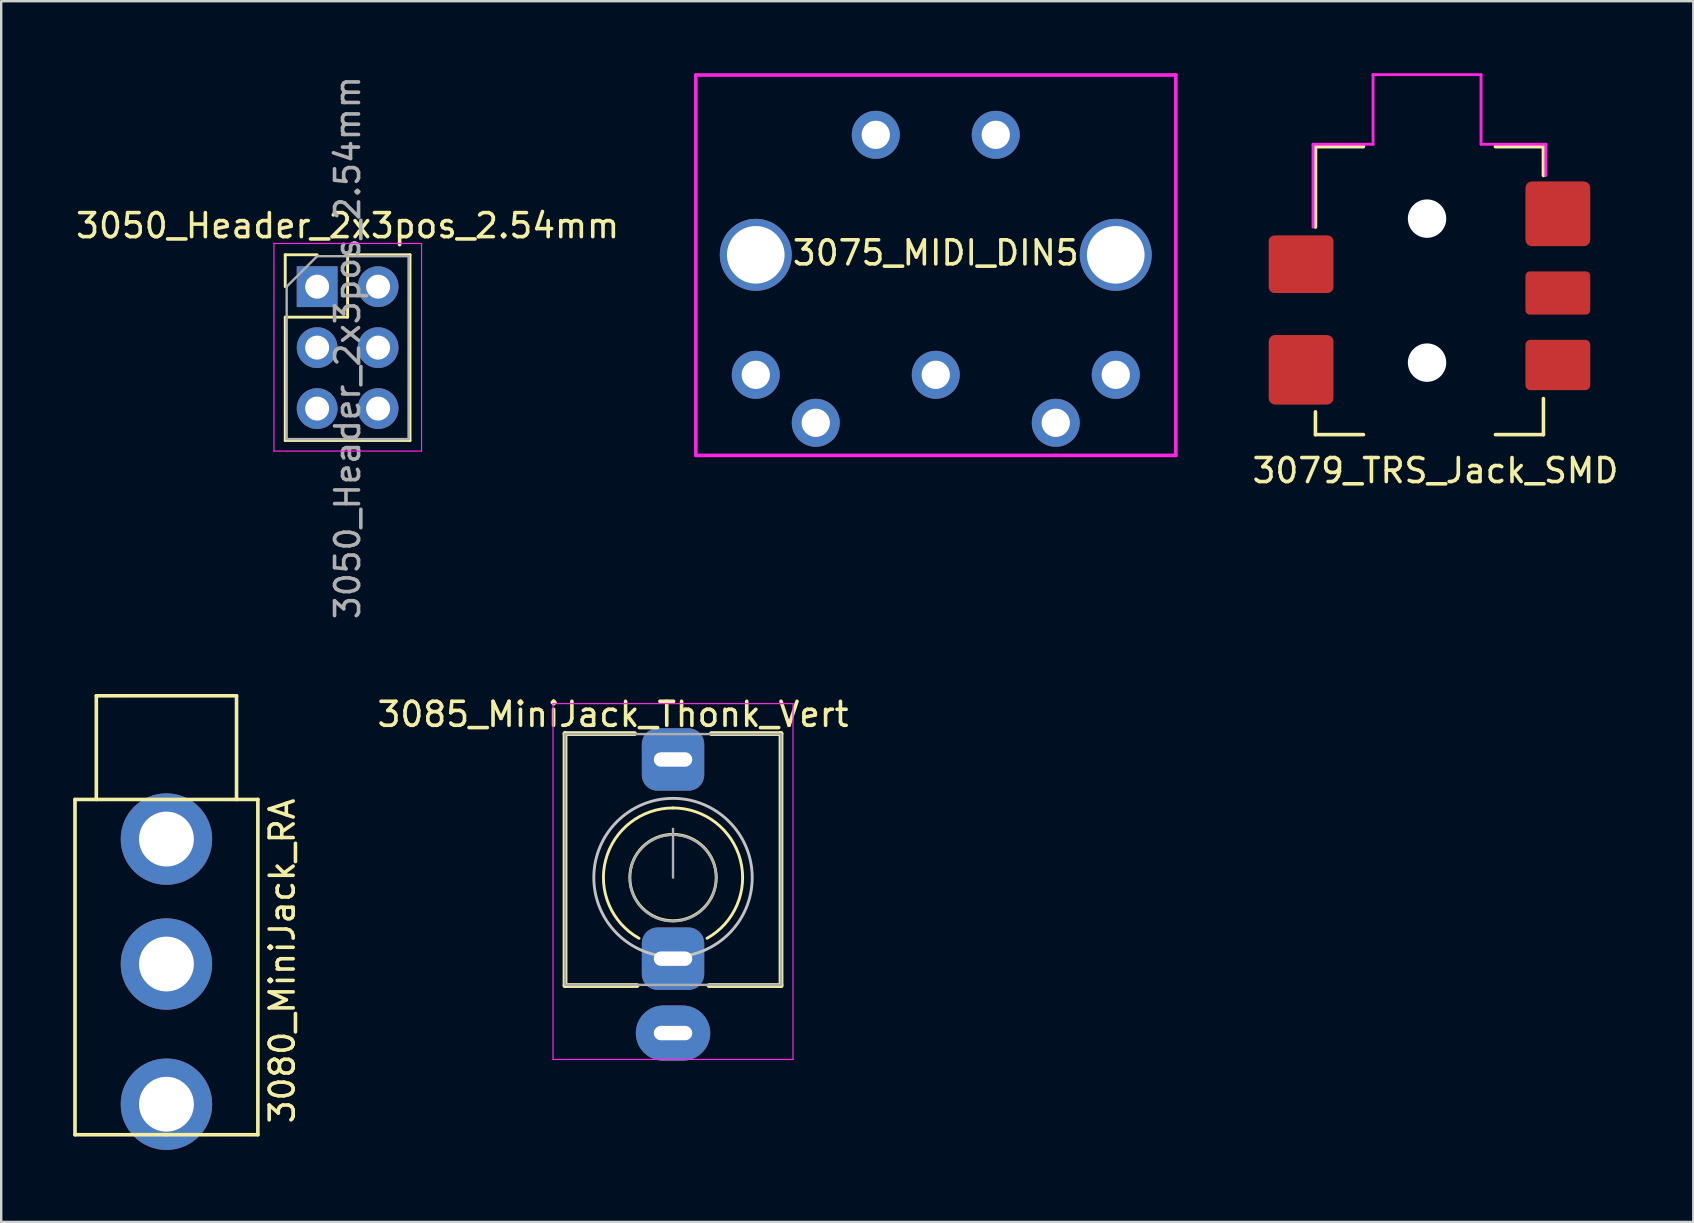
<source format=kicad_pcb>
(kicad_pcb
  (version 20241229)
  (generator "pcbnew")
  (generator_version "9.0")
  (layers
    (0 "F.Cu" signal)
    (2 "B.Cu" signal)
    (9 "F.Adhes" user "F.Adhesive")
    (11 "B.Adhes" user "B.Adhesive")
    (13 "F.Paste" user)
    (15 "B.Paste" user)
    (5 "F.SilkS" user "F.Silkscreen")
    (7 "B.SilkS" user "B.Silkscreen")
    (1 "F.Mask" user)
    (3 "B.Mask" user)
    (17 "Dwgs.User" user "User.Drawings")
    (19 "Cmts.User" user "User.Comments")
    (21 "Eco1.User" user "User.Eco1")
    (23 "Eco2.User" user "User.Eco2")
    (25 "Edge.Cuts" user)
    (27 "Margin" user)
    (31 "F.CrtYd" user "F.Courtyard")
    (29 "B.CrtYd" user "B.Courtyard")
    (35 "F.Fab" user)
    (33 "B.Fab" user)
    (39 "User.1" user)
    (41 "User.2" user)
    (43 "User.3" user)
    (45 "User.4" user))
  (footprint "3080_MiniJack_RA"
    (layer "F.Cu")
    (at 3.885 44.232)
    (property "Reference" "3080_MiniJack_RA" (at 4.826 -7.239 90) (layer "F.SilkS") (effects (font (size 1 1) (thickness 0.15))))
    (attr through_hole)
    (fp_line (start -3.81 -13.97) (end -3.81 0) (stroke (width 0.15) (type solid)) (layer "F.SilkS"))
    (fp_line (start -3.81 0) (end 0 0) (stroke (width 0.15) (type solid)) (layer "F.SilkS"))
    (fp_line (start -2.921 -18.288) (end -2.921 -13.97) (stroke (width 0.15) (type solid)) (layer "F.SilkS"))
    (fp_line (start 0 0) (end 3.81 0) (stroke (width 0.15) (type solid)) (layer "F.SilkS"))
    (fp_line (start 2.921 -18.288) (end -2.921 -18.288) (stroke (width 0.15) (type solid)) (layer "F.SilkS"))
    (fp_line (start 2.921 -13.97) (end 2.921 -18.288) (stroke (width 0.15) (type solid)) (layer "F.SilkS"))
    (fp_line (start 3.81 -13.97) (end -3.81 -13.97) (stroke (width 0.15) (type solid)) (layer "F.SilkS"))
    (fp_line (start 3.81 0) (end 3.81 -13.97) (stroke (width 0.15) (type solid)) (layer "F.SilkS"))
    (pad "1" thru_hole circle (at 0 -12.319) (size 3.81 3.81) (drill 2.286) (layers "*.Cu" "*.Mask"))
    (pad "2" thru_hole circle (at 0 -7.112) (size 3.81 3.81) (drill 2.286) (layers "*.Cu" "*.Mask"))
    (pad "3" thru_hole circle (at 0 -1.27) (size 3.81 3.81) (drill 2.286) (layers "*.Cu" "*.Mask")))
  (footprint "3075_MIDI_DIN5"
    (layer "F.Cu")
    (at 35.944 2.575)
    (property "Reference" "3075_MIDI_DIN5" (at -0.002 4.913 180) (layer "F.SilkS") (effects (font (size 1 1) (thickness 0.15))))
    (attr through_hole)
    (fp_line (start -10 -2.5) (end 10 -2.5) (stroke (width 0.15) (type solid)) (layer "F.CrtYd"))
    (fp_line (start -10 13.35) (end -10 -2.5) (stroke (width 0.15) (type solid)) (layer "F.CrtYd"))
    (fp_line (start 5 13.35) (end -10 13.35) (stroke (width 0.15) (type solid)) (layer "F.CrtYd"))
    (fp_line (start 10 -2.5) (end 10 13.35) (stroke (width 0.15) (type solid)) (layer "F.CrtYd"))
    (fp_line (start 10 13.35) (end 5 13.35) (stroke (width 0.15) (type solid)) (layer "F.CrtYd"))
    (pad "" np_thru_hole circle (at -7.502 4.993 180) (size 3 3) (drill 2.4) (layers "*.Cu" "*.Mask"))
    (pad "" thru_hole circle (at -2.502 -0.007 180) (size 2 2) (drill 1.181) (layers "*.Cu" "*.Mask"))
    (pad "" thru_hole circle (at 2.498 -0.007 180) (size 2 2) (drill 1.181) (layers "*.Cu" "*.Mask"))
    (pad "" np_thru_hole circle (at 7.498 4.993 180) (size 3 3) (drill 2.4) (layers "*.Cu" "*.Mask"))
    (pad "1" thru_hole circle (at -7.502 9.993 180) (size 2 2) (drill 1.181) (layers "*.Cu" "*.Mask"))
    (pad "2" thru_hole circle (at -0.002 9.993 180) (size 2 2) (drill 1.181) (layers "*.Cu" "*.Mask"))
    (pad "3" thru_hole circle (at 7.498 9.993 180) (size 2 2) (drill 1.181) (layers "*.Cu" "*.Mask"))
    (pad "4" thru_hole circle (at -5.002 11.993 180) (size 2 2) (drill 1.181) (layers "*.Cu" "*.Mask"))
    (pad "5" thru_hole circle (at 4.998 11.993 180) (size 2 2) (drill 1.181) (layers "*.Cu" "*.Mask")))
  (footprint "3050_Header_2x3pos_2.54mm"
    (layer "F.Cu")
    (at 10.165 8.895)
    (property "Reference" "3050_Header_2x3pos_2.54mm" (at 1.27 -2.54 0) (layer "F.SilkS") (effects (font (size 1 1) (thickness 0.15))))
    (attr through_hole)
    (fp_line (start -1.33 -1.33) (end 0 -1.33) (stroke (width 0.12) (type solid)) (layer "F.SilkS"))
    (fp_line (start -1.33 0) (end -1.33 -1.33) (stroke (width 0.12) (type solid)) (layer "F.SilkS"))
    (fp_line (start -1.33 1.27) (end -1.33 6.41) (stroke (width 0.12) (type solid)) (layer "F.SilkS"))
    (fp_line (start -1.33 1.27) (end 1.27 1.27) (stroke (width 0.12) (type solid)) (layer "F.SilkS"))
    (fp_line (start -1.33 6.41) (end 3.87 6.41) (stroke (width 0.12) (type solid)) (layer "F.SilkS"))
    (fp_line (start 1.27 -1.33) (end 3.87 -1.33) (stroke (width 0.12) (type solid)) (layer "F.SilkS"))
    (fp_line (start 1.27 1.27) (end 1.27 -1.33) (stroke (width 0.12) (type solid)) (layer "F.SilkS"))
    (fp_line (start 3.87 -1.33) (end 3.87 6.41) (stroke (width 0.12) (type solid)) (layer "F.SilkS"))
    (fp_line (start -1.8 -1.8) (end -1.8 6.85) (stroke (width 0.05) (type solid)) (layer "F.CrtYd"))
    (fp_line (start -1.8 6.85) (end 4.35 6.85) (stroke (width 0.05) (type solid)) (layer "F.CrtYd"))
    (fp_line (start 4.35 -1.8) (end -1.8 -1.8) (stroke (width 0.05) (type solid)) (layer "F.CrtYd"))
    (fp_line (start 4.35 6.85) (end 4.35 -1.8) (stroke (width 0.05) (type solid)) (layer "F.CrtYd"))
    (fp_line (start -1.27 0) (end 0 -1.27) (stroke (width 0.1) (type solid)) (layer "F.Fab"))
    (fp_line (start -1.27 6.35) (end -1.27 0) (stroke (width 0.1) (type solid)) (layer "F.Fab"))
    (fp_line (start 0 -1.27) (end 3.81 -1.27) (stroke (width 0.1) (type solid)) (layer "F.Fab"))
    (fp_line (start 3.81 -1.27) (end 3.81 6.35) (stroke (width 0.1) (type solid)) (layer "F.Fab"))
    (fp_line (start 3.81 6.35) (end -1.27 6.35) (stroke (width 0.1) (type solid)) (layer "F.Fab"))
    (fp_text user "${REFERENCE}" (at 1.27 2.54 90) (layer "F.Fab") (effects (font (size 1 1) (thickness 0.15))))
    (pad "1" thru_hole rect (at 0 0) (size 1.7 1.7) (drill 1) (layers "*.Cu" "*.Mask"))
    (pad "2" thru_hole oval (at 2.54 0) (size 1.7 1.7) (drill 1) (layers "*.Cu" "*.Mask"))
    (pad "3" thru_hole oval (at 0 2.54) (size 1.7 1.7) (drill 1) (layers "*.Cu" "*.Mask"))
    (pad "4" thru_hole oval (at 2.54 2.54) (size 1.7 1.7) (drill 1) (layers "*.Cu" "*.Mask"))
    (pad "5" thru_hole oval (at 0 5.08) (size 1.7 1.7) (drill 1) (layers "*.Cu" "*.Mask"))
    (pad "6" thru_hole oval (at 2.54 5.08) (size 1.7 1.7) (drill 1) (layers "*.Cu" "*.Mask")))
  (footprint "3085_MiniJack_Thonk_Vert"
    (layer "F.Cu")
    (at 24.994 33.517)
    (property "Reference" "3085_MiniJack_Thonk_Vert" (at -2.5 -6.8 0) (layer "F.SilkS") (effects (font (size 1 1) (thickness 0.15))))
    (attr through_hole)
    (fp_line (start -4.5 -6) (end -1.6 -6) (stroke (width 0.2) (type solid)) (layer "F.SilkS"))
    (fp_line (start -4.5 4.5) (end -4.5 -6) (stroke (width 0.2) (type solid)) (layer "F.SilkS"))
    (fp_line (start -4.5 4.5) (end -1.5 4.5) (stroke (width 0.2) (type solid)) (layer "F.SilkS"))
    (fp_line (start 1.5 4.5) (end 4.5 4.5) (stroke (width 0.2) (type solid)) (layer "F.SilkS"))
    (fp_line (start 1.6 -6) (end 4.5 -6) (stroke (width 0.2) (type solid)) (layer "F.SilkS"))
    (fp_line (start 4.5 4.5) (end 4.5 -6) (stroke (width 0.2) (type solid)) (layer "F.SilkS"))
    (fp_arc (start -1.41695 2.530267) (mid -2.806045 -0.732197) (end 0 -2.9) (stroke (width 0.12) (type solid)) (layer "F.SilkS"))
    (fp_arc (start 0 -2.9) (mid 2.806045 -0.732197) (end 1.41695 2.530267) (stroke (width 0.12) (type solid)) (layer "F.SilkS"))
    (fp_circle (center 0 0) (end -1.8 0) (stroke (width 0.12) (type solid)) (fill no) (layer "F.SilkS"))
    (fp_circle (center 0 0) (end 3.3 0) (stroke (width 0.12) (type solid)) (fill no) (layer "Dwgs.User"))
    (fp_line (start -5 -7.25) (end -5 7.58) (stroke (width 0.05) (type solid)) (layer "F.CrtYd"))
    (fp_line (start -5 -7.25) (end 5 -7.25) (stroke (width 0.05) (type solid)) (layer "F.CrtYd"))
    (fp_line (start -5 7.58) (end 5 7.58) (stroke (width 0.05) (type solid)) (layer "F.CrtYd"))
    (fp_line (start 5 -7.25) (end 5 7.58) (stroke (width 0.05) (type solid)) (layer "F.CrtYd"))
    (fp_line (start -4.5 -5.98) (end -4.5 4.42) (stroke (width 0.1) (type solid)) (layer "F.Fab"))
    (fp_line (start -4.5 -5.98) (end 4.5 -5.98) (stroke (width 0.1) (type solid)) (layer "F.Fab"))
    (fp_line (start -4.5 4.47) (end 4.5 4.47) (stroke (width 0.1) (type solid)) (layer "F.Fab"))
    (fp_line (start 0 0) (end 0 -2.03) (stroke (width 0.1) (type solid)) (layer "F.Fab"))
    (fp_line (start 4.5 -5.98) (end 4.5 4.42) (stroke (width 0.1) (type solid)) (layer "F.Fab"))
    (fp_circle (center 0 0.02) (end -1.8 0.02) (stroke (width 0.1) (type solid)) (fill no) (layer "F.Fab"))
    (pad "S" thru_hole oval (at 0 6.48) (size 3.1 2.3) (drill oval 1.6 0.6) (layers "*.Cu" "*.Mask"))
    (pad "T" thru_hole roundrect (at 0 -4.92) (size 2.6 2.6) (drill oval 1.6 0.6) (layers "*.Cu" "*.Mask") (roundrect_rratio 0.25))
    (pad "TN" thru_hole roundrect (at 0 3.38) (size 2.6 2.6) (drill oval 1.6 0.6) (layers "*.Cu" "*.Mask") (roundrect_rratio 0.25))
    (zone (net_name "") (layers "F.Cu" "B.Cu") (name "Jack_tip") (hatch edge 0.508) (connect_pads) (min_thickness 0.254) (filled_areas_thickness no) (keepout (tracks not_allowed) (vias not_allowed) (pads not_allowed) (copperpour not_allowed) (footprints not_allowed)) (placement (enabled no)) (fill) (polygon (pts (xy 26.594 35.117) (xy 23.394 35.117) (xy 23.394 31.917) (xy 26.594 31.917)))))
  (footprint "3079_TRS_Jack_SMD"
    (layer "F.Cu")
    (at 51.763 15.06)
    (property "Reference" "3079_TRS_Jack_SMD" (at 5 1.5 0) (layer "F.SilkS") (effects (font (size 1 1) (thickness 0.15))))
    (attr through_hole)
    (fp_line (start 0 -12) (end 0 -8.65) (stroke (width 0.15) (type solid)) (layer "F.SilkS"))
    (fp_line (start 0 -12) (end 2 -12) (stroke (width 0.15) (type solid)) (layer "F.SilkS"))
    (fp_line (start 0 0) (end 0 -0.95) (stroke (width 0.15) (type solid)) (layer "F.SilkS"))
    (fp_line (start 2 0) (end 0 0) (stroke (width 0.15) (type solid)) (layer "F.SilkS"))
    (fp_line (start 9.5 -12) (end 7.5 -12) (stroke (width 0.15) (type solid)) (layer "F.SilkS"))
    (fp_line (start 9.5 -12) (end 9.5 -10.8) (stroke (width 0.15) (type solid)) (layer "F.SilkS"))
    (fp_line (start 9.5 0) (end 7.5 0) (stroke (width 0.15) (type solid)) (layer "F.SilkS"))
    (fp_line (start 9.5 0) (end 9.5 -1.5) (stroke (width 0.15) (type solid)) (layer "F.SilkS"))
    (fp_line (start -0.1 -12.1) (end 2.4 -12.1) (stroke (width 0.12) (type solid)) (layer "F.CrtYd"))
    (fp_line (start -0.1 -8.65) (end -0.1 -12.1) (stroke (width 0.12) (type solid)) (layer "F.CrtYd"))
    (fp_line (start 2.4 -15) (end 6.9 -15) (stroke (width 0.12) (type solid)) (layer "F.CrtYd"))
    (fp_line (start 2.4 -12.1) (end 2.4 -15) (stroke (width 0.12) (type solid)) (layer "F.CrtYd"))
    (fp_line (start 6.9 -15) (end 6.9 -12.1) (stroke (width 0.12) (type solid)) (layer "F.CrtYd"))
    (fp_line (start 6.9 -12.1) (end 9.6 -12.1) (stroke (width 0.12) (type solid)) (layer "F.CrtYd"))
    (fp_line (start 9.6 -12.1) (end 9.6 -10.8) (stroke (width 0.12) (type solid)) (layer "F.CrtYd"))
    (pad "" np_thru_hole circle (at 4.65 -9) (size 1.6 1.6) (drill 1.6) (layers "*.Cu" "*.Mask"))
    (pad "" np_thru_hole circle (at 4.65 -3) (size 1.6 1.6) (drill 1.6) (layers "*.Cu" "*.Mask"))
    (pad "1" smd roundrect (at 10.1 -9.2) (size 2.7 2.7) (layers "F.Cu" "F.Mask" "F.Paste") (roundrect_rratio 0.1))
    (pad "2" smd roundrect (at -0.6 -2.7) (size 2.7 2.9) (layers "F.Cu" "F.Mask" "F.Paste") (roundrect_rratio 0.1))
    (pad "3" smd roundrect (at 10.1 -2.9) (size 2.7 2.1) (layers "F.Cu" "F.Mask" "F.Paste") (roundrect_rratio 0.1))
    (pad "10" smd roundrect (at -0.6 -7.1) (size 2.7 2.4) (layers "F.Cu" "F.Mask" "F.Paste") (roundrect_rratio 0.1))
    (pad "11" smd roundrect (at 10.1 -5.9) (size 2.7 1.8) (layers "F.Cu" "F.Mask" "F.Paste") (roundrect_rratio 0.1)))
  (gr_rect
    (start -3 -3)
    (end 67.507 47.867)
    (stroke (width 0.1) (type default))
    (fill no)
    (layer "Edge.Cuts")))
</source>
